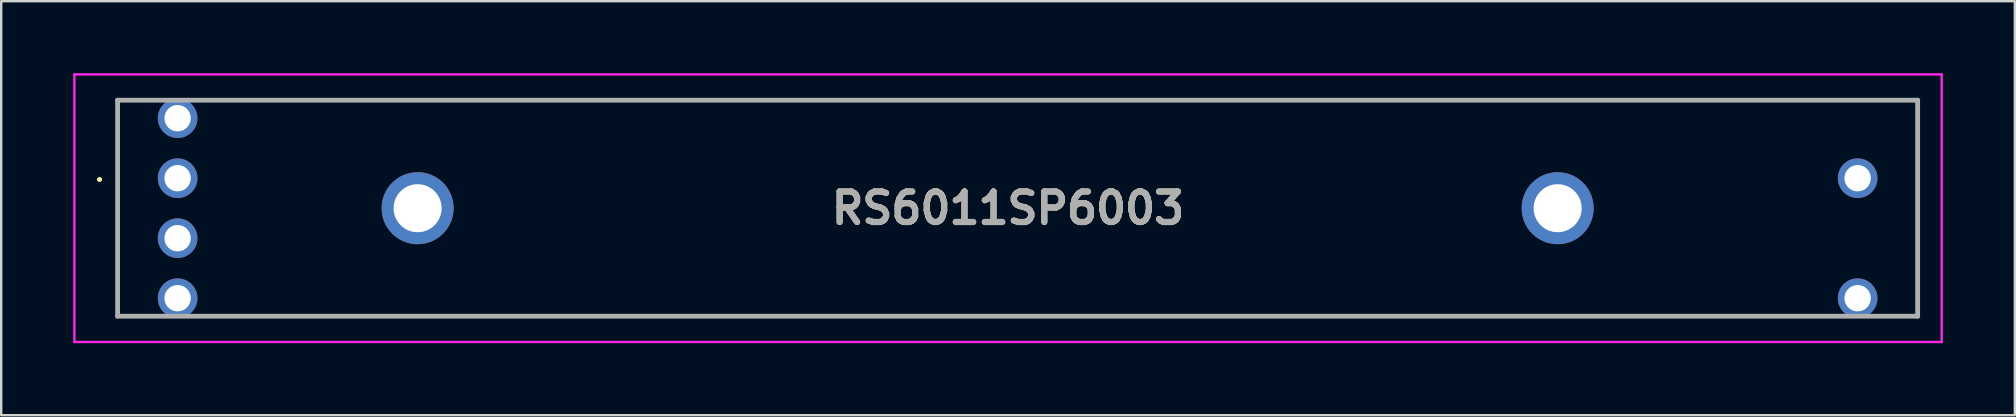
<source format=kicad_pcb>
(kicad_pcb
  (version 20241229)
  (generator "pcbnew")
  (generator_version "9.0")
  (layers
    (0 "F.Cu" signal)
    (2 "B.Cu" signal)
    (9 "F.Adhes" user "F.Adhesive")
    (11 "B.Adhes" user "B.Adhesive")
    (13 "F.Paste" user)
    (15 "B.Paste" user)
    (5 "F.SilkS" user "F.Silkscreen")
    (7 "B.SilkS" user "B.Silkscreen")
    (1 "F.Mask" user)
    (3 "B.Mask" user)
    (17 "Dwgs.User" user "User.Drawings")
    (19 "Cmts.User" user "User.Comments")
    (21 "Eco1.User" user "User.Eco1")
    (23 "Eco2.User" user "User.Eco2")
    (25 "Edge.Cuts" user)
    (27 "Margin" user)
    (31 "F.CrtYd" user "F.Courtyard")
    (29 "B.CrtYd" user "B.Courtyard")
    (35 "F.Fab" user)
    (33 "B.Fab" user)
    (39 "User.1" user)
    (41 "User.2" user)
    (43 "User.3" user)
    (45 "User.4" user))
  (footprint "RS6011SP6003"
    (layer "F.Cu")
    (at 39.15 5.675)
    (property "Reference" "RS6011SP6003" (at -0.2 -0.05 0) (layer "F.SilkS") (effects (font (size 1.27 1.27) (thickness 0.254))))
    (attr through_hole)
    (fp_line (start -38.1 -1.25) (end -38.1 -1.25) (stroke (width 0.1) (type solid)) (layer "F.SilkS"))
    (fp_line (start -38.1 -1.25) (end -38.1 -1.25) (stroke (width 0.1) (type solid)) (layer "F.SilkS"))
    (fp_line (start -38 -1.25) (end -38 -1.25) (stroke (width 0.1) (type solid)) (layer "F.SilkS"))
    (fp_line (start -37.3 -4.55) (end -37.3 -4.55) (stroke (width 0.1) (type solid)) (layer "F.SilkS"))
    (fp_line (start -37.3 -4.55) (end -37.3 -4.55) (stroke (width 0.1) (type solid)) (layer "F.SilkS"))
    (fp_line (start -37.3 -4.55) (end -37.3 4.45) (stroke (width 0.1) (type solid)) (layer "F.SilkS"))
    (fp_line (start -37.3 -4.55) (end -36.3 -4.55) (stroke (width 0.1) (type solid)) (layer "F.SilkS"))
    (fp_line (start -37.3 4.45) (end -37.3 -4.55) (stroke (width 0.1) (type solid)) (layer "F.SilkS"))
    (fp_line (start -37.3 4.45) (end -37.3 4.45) (stroke (width 0.1) (type solid)) (layer "F.SilkS"))
    (fp_line (start -37.3 4.45) (end -37.3 4.45) (stroke (width 0.1) (type solid)) (layer "F.SilkS"))
    (fp_line (start -37.3 4.45) (end -36.3 4.45) (stroke (width 0.1) (type solid)) (layer "F.SilkS"))
    (fp_line (start -36.3 -4.55) (end -37.3 -4.55) (stroke (width 0.1) (type solid)) (layer "F.SilkS"))
    (fp_line (start -36.3 -4.55) (end -36.3 -4.55) (stroke (width 0.1) (type solid)) (layer "F.SilkS"))
    (fp_line (start -36.3 4.45) (end -37.3 4.45) (stroke (width 0.1) (type solid)) (layer "F.SilkS"))
    (fp_line (start -36.3 4.45) (end -36.3 4.45) (stroke (width 0.1) (type solid)) (layer "F.SilkS"))
    (fp_line (start -33.3 -4.55) (end -33.3 -4.55) (stroke (width 0.1) (type solid)) (layer "F.SilkS"))
    (fp_line (start -33.3 -4.55) (end 37.7 -4.55) (stroke (width 0.1) (type solid)) (layer "F.SilkS"))
    (fp_line (start -33.3 4.45) (end -33.3 4.45) (stroke (width 0.1) (type solid)) (layer "F.SilkS"))
    (fp_line (start -33.3 4.45) (end 33.7 4.45) (stroke (width 0.1) (type solid)) (layer "F.SilkS"))
    (fp_line (start 33.7 4.45) (end -33.3 4.45) (stroke (width 0.1) (type solid)) (layer "F.SilkS"))
    (fp_line (start 33.7 4.45) (end 33.7 4.45) (stroke (width 0.1) (type solid)) (layer "F.SilkS"))
    (fp_line (start 36.7 4.45) (end 36.7 4.45) (stroke (width 0.1) (type solid)) (layer "F.SilkS"))
    (fp_line (start 36.7 4.45) (end 37.7 4.45) (stroke (width 0.1) (type solid)) (layer "F.SilkS"))
    (fp_line (start 37.7 -4.55) (end -33.3 -4.55) (stroke (width 0.1) (type solid)) (layer "F.SilkS"))
    (fp_line (start 37.7 -4.55) (end 37.7 -4.55) (stroke (width 0.1) (type solid)) (layer "F.SilkS"))
    (fp_line (start 37.7 -4.55) (end 37.7 -4.55) (stroke (width 0.1) (type solid)) (layer "F.SilkS"))
    (fp_line (start 37.7 -4.55) (end 37.7 4.45) (stroke (width 0.1) (type solid)) (layer "F.SilkS"))
    (fp_line (start 37.7 4.45) (end 36.7 4.45) (stroke (width 0.1) (type solid)) (layer "F.SilkS"))
    (fp_line (start 37.7 4.45) (end 37.7 -4.55) (stroke (width 0.1) (type solid)) (layer "F.SilkS"))
    (fp_line (start 37.7 4.45) (end 37.7 4.45) (stroke (width 0.1) (type solid)) (layer "F.SilkS"))
    (fp_line (start 37.7 4.45) (end 37.7 4.45) (stroke (width 0.1) (type solid)) (layer "F.SilkS"))
    (fp_arc (start -38.1 -1.25) (mid -38.05 -1.3) (end -38 -1.25) (stroke (width 0.1) (type solid)) (layer "F.SilkS"))
    (fp_arc (start -38 -1.25) (mid -38.05 -1.2) (end -38.1 -1.25) (stroke (width 0.1) (type solid)) (layer "F.SilkS"))
    (fp_arc (start -38 -1.25) (mid -38.05 -1.2) (end -38.1 -1.25) (stroke (width 0.1) (type solid)) (layer "F.SilkS"))
    (fp_line (start -39.1 -5.625) (end 38.7 -5.625) (stroke (width 0.1) (type solid)) (layer "F.CrtYd"))
    (fp_line (start -39.1 5.525) (end -39.1 -5.625) (stroke (width 0.1) (type solid)) (layer "F.CrtYd"))
    (fp_line (start 38.7 -5.625) (end 38.7 5.525) (stroke (width 0.1) (type solid)) (layer "F.CrtYd"))
    (fp_line (start 38.7 5.525) (end -39.1 5.525) (stroke (width 0.1) (type solid)) (layer "F.CrtYd"))
    (fp_line (start -37.3 -4.55) (end -37.3 4.45) (stroke (width 0.2) (type solid)) (layer "F.Fab"))
    (fp_line (start -37.3 4.45) (end 37.7 4.45) (stroke (width 0.2) (type solid)) (layer "F.Fab"))
    (fp_line (start 37.7 -4.55) (end -37.3 -4.55) (stroke (width 0.2) (type solid)) (layer "F.Fab"))
    (fp_line (start 37.7 4.45) (end 37.7 -4.55) (stroke (width 0.2) (type solid)) (layer "F.Fab"))
    (fp_text user "${REFERENCE}" (at -0.2 -0.05 0) (layer "F.Fab") (effects (font (size 1.27 1.27) (thickness 0.254))))
    (pad "1" thru_hole circle (at -34.8 -1.3) (size 1.65 1.65) (drill 1.1) (layers "*.Cu" "*.Mask"))
    (pad "2" thru_hole circle (at -34.8 -3.8) (size 1.65 1.65) (drill 1.1) (layers "*.Cu" "*.Mask"))
    (pad "3" thru_hole circle (at 35.2 -1.3) (size 1.65 1.65) (drill 1.1) (layers "*.Cu" "*.Mask"))
    (pad "L1" thru_hole circle (at -34.8 3.7) (size 1.65 1.65) (drill 1.1) (layers "*.Cu" "*.Mask"))
    (pad "L2" thru_hole circle (at -34.8 1.2) (size 1.65 1.65) (drill 1.1) (layers "*.Cu" "*.Mask"))
    (pad "L3" thru_hole circle (at 35.2 3.7) (size 1.65 1.65) (drill 1.1) (layers "*.Cu" "*.Mask"))
    (pad "MH1" thru_hole circle (at -24.8 -0.05) (size 3 3) (drill 2) (layers "*.Cu" "*.Mask"))
    (pad "MH2" thru_hole circle (at 22.7 -0.05) (size 3 3) (drill 2) (layers "*.Cu" "*.Mask")))
  (gr_rect
    (start -3 -3)
    (end 80.9 14.25)
    (stroke (width 0.1) (type default))
    (fill no)
    (layer "Edge.Cuts")))
</source>
